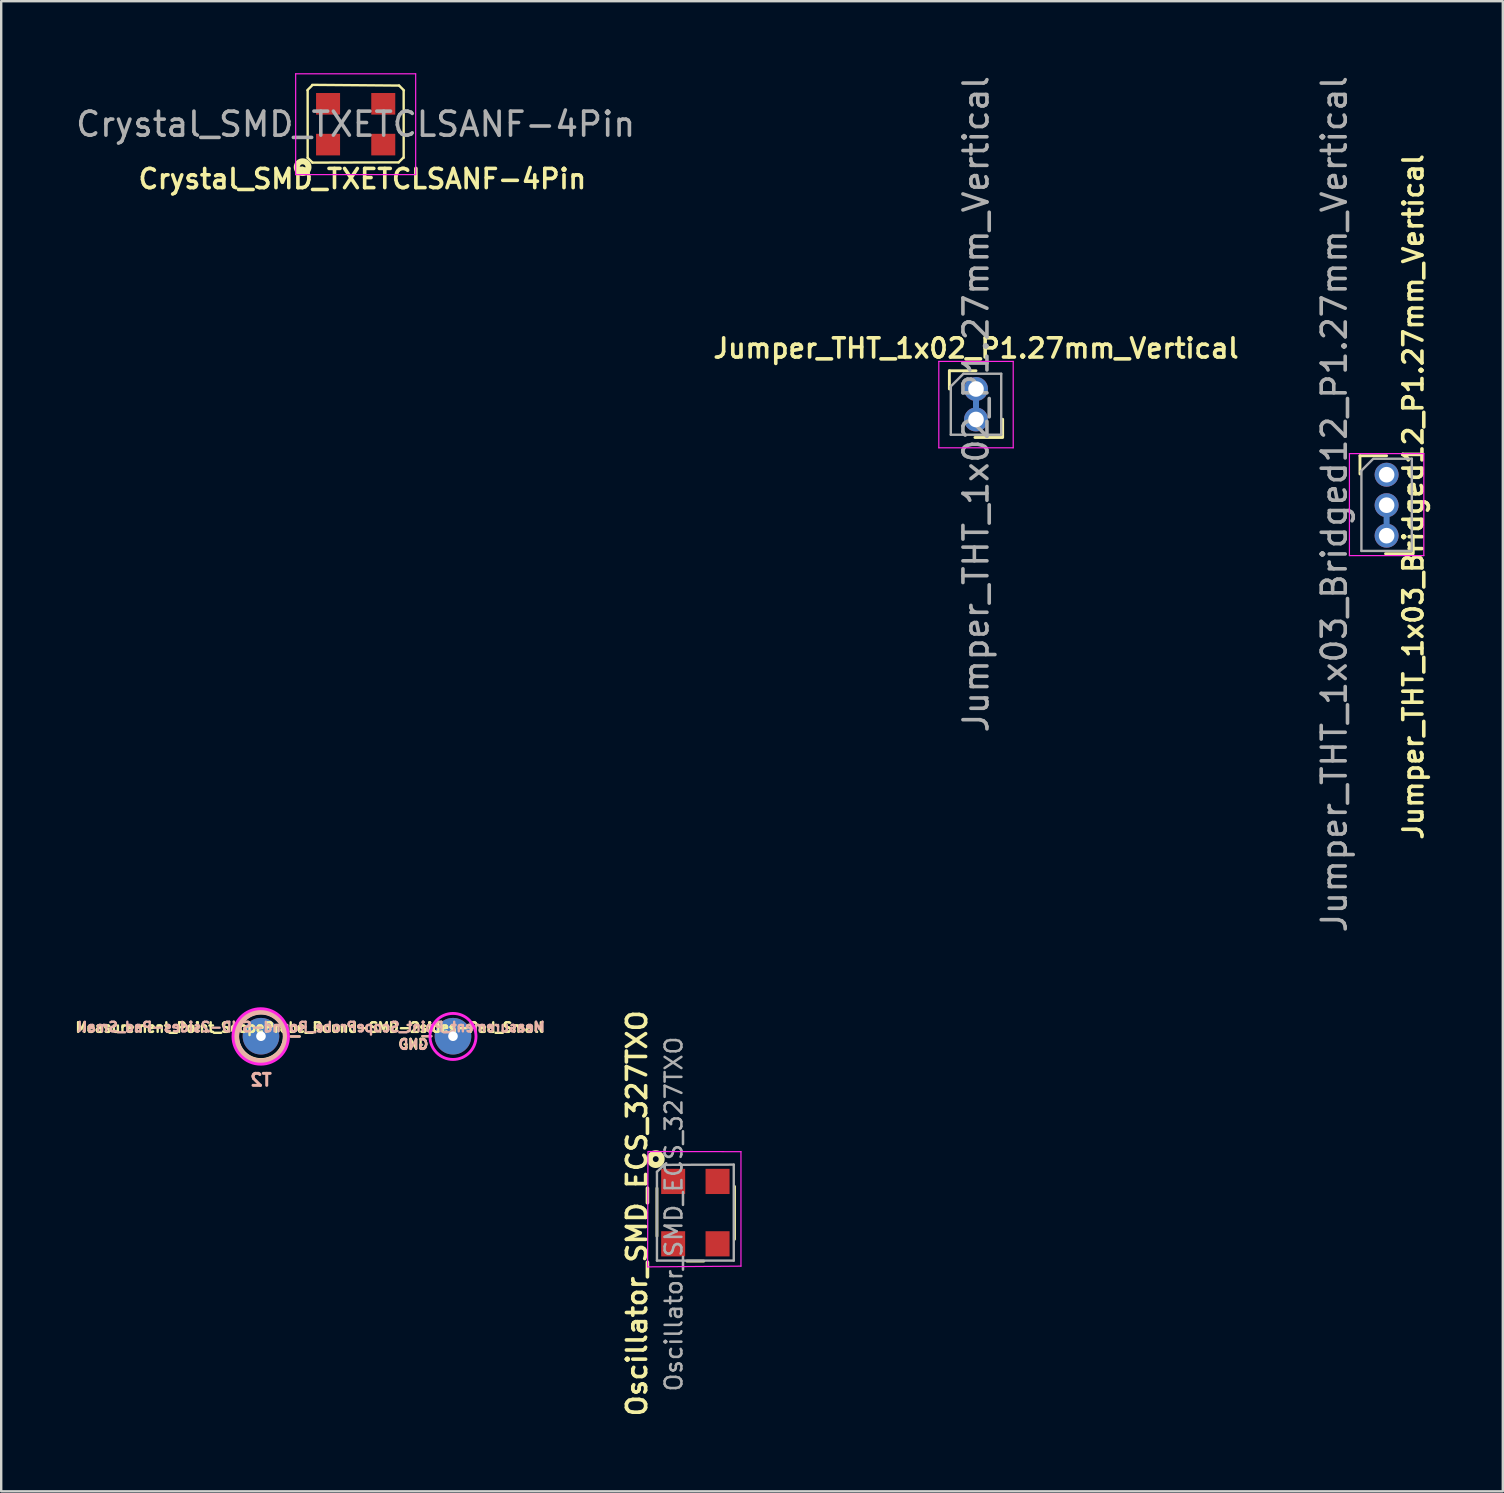
<source format=kicad_pcb>
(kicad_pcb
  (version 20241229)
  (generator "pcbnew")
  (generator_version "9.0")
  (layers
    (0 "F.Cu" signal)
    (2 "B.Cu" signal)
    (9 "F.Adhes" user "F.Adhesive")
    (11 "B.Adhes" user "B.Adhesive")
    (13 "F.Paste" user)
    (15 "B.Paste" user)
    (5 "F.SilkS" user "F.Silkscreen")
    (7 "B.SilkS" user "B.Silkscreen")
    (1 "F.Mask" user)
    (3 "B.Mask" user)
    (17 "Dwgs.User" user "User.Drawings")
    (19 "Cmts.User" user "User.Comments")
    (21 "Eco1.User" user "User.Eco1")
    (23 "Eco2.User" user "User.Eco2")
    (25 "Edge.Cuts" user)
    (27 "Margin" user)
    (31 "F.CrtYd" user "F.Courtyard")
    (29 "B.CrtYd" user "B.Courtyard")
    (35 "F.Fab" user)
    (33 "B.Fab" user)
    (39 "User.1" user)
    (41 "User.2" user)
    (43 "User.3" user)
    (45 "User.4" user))
  (footprint "Measurement_Point_ScopeProbe_Round-SMD-2sides-Pad_Small"
    (layer "F.Cu")
    (at 7.823 40.122)
    (property "Reference" "Measurement_Point_ScopeProbe_Round-SMD-2sides-Pad_Small" (at 2.029 -0.361 180) (layer "F.SilkS") (effects (font (size 0.4 0.4) (thickness 0.1))))
    (property "Value" "T2" (at -0.02 1.8 180) (layer "F.SilkS") (hide yes) (effects (font (size 0.5 0.5) (thickness 0.125))))
    (attr through_hole)
    (fp_line (start 1.246 0.01) (end 1.614 0.01) (stroke (width 0.1) (type solid)) (layer "F.SilkS"))
    (fp_line (start 6.726 0) (end 7.094 0) (stroke (width 0.1) (type solid)) (layer "F.SilkS"))
    (fp_circle (center 0 0) (end 0.14 -1.029) (stroke (width 0.25) (type solid)) (fill no) (layer "F.SilkS"))
    (fp_line (start 1.236 0.01) (end 1.604 0.01) (stroke (width 0.1) (type solid)) (layer "B.SilkS"))
    (fp_line (start 6.726 0) (end 7.094 0) (stroke (width 0.1) (type solid)) (layer "B.SilkS"))
    (fp_circle (center 0 0.013) (end 0.14 -1.016) (stroke (width 0.25) (type solid)) (fill no) (layer "B.SilkS"))
    (fp_circle (center -0.01 0.01) (end 1.13 -0.18) (stroke (width 0.12) (type solid)) (fill no) (layer "F.CrtYd"))
    (fp_circle (center 8 0.01) (end 8.74 -0.6) (stroke (width 0.12) (type solid)) (fill no) (layer "F.CrtYd"))
    (fp_text user "GND" (at 6.345 0.33 180) (layer "F.SilkS") (effects (font (size 0.4 0.4) (thickness 0.1))))
    (fp_text user "GND" (at 6.352 0.348 180) (layer "B.SilkS") (effects (font (size 0.4 0.4) (thickness 0.1)) (justify mirror)))
    (fp_text user "${REFERENCE}" (at 2.079 -0.382 180) (layer "B.SilkS") (effects (font (size 0.4 0.4) (thickness 0.1)) (justify mirror)))
    (fp_text user "${VALUE}" (at 0.002 1.822 180) (layer "B.SilkS") (effects (font (size 0.5 0.5) (thickness 0.125)) (justify mirror)))
    (pad "1" thru_hole circle (at 0 0) (size 0.8 0.8) (drill 0.4) (layers "*.Cu" "*.Mask"))
    (pad "1" smd circle (at 0 0) (size 1.524 1.524) (layers "F.Cu" "F.Mask"))
    (pad "1" smd circle (at 0 0) (size 1.524 1.524) (layers "B.Cu" "B.Mask"))
    (pad "2" thru_hole circle (at 8 0) (size 0.8 0.8) (drill 0.4) (layers "*.Cu" "*.Mask"))
    (pad "2" smd circle (at 8 0) (size 1.524 1.524) (layers "F.Cu" "F.Mask"))
    (pad "2" smd circle (at 8 0) (size 1.524 1.524) (layers "B.Cu" "B.Mask")))
  (footprint "Jumper_THT_1x02_P1.27mm_Vertical"
    (layer "F.Cu")
    (at 37.614 13.157)
    (property "Reference" "Jumper_THT_1x02_P1.27mm_Vertical" (at 0 -1.695 180) (layer "F.SilkS") (effects (font (size 0.8 0.8) (thickness 0.15))))
    (attr through_hole allow_soldermask_bridges)
    (fp_line (start -1.11 -0.76) (end 0 -0.76) (stroke (width 0.12) (type solid)) (layer "F.SilkS"))
    (fp_line (start -1.11 0) (end -1.11 -0.76) (stroke (width 0.12) (type solid)) (layer "F.SilkS"))
    (fp_line (start -0.045 2.02) (end 1.065 2.02) (stroke (width 0.12) (type solid)) (layer "F.SilkS"))
    (fp_line (start 1.11 2.02) (end 1.11 1.26) (stroke (width 0.12) (type solid)) (layer "F.SilkS"))
    (fp_line (start -1.55 -1.15) (end -1.55 2.45) (stroke (width 0.05) (type solid)) (layer "F.CrtYd"))
    (fp_line (start -1.55 2.45) (end 1.55 2.45) (stroke (width 0.05) (type solid)) (layer "F.CrtYd"))
    (fp_line (start 1.55 -1.15) (end -1.55 -1.15) (stroke (width 0.05) (type solid)) (layer "F.CrtYd"))
    (fp_line (start 1.55 2.45) (end 1.55 -1.15) (stroke (width 0.05) (type solid)) (layer "F.CrtYd"))
    (fp_line (start -1.05 -0.11) (end -0.525 -0.635) (stroke (width 0.1) (type solid)) (layer "F.Fab"))
    (fp_line (start -1.05 1.905) (end -1.05 -0.11) (stroke (width 0.1) (type solid)) (layer "F.Fab"))
    (fp_line (start -0.525 -0.635) (end 1.05 -0.635) (stroke (width 0.1) (type solid)) (layer "F.Fab"))
    (fp_line (start 1.05 -0.635) (end 1.05 1.905) (stroke (width 0.1) (type solid)) (layer "F.Fab"))
    (fp_line (start 1.05 1.905) (end -1.05 1.905) (stroke (width 0.1) (type solid)) (layer "F.Fab"))
    (fp_text user "${REFERENCE}" (at 0 0.635 90) (layer "F.Fab") (effects (font (size 1 1) (thickness 0.15))))
    (pad "1" smd rect (at 0 0.62) (size 0.25 0.466) (layers "B.Cu" "B.Mask"))
    (pad "1" thru_hole oval (at 0 1.27) (size 1 1) (drill 0.65) (layers "*.Cu" "*.Mask"))
    (pad "2" thru_hole circle (at 0 0) (size 1 1) (drill 0.65) (layers "*.Cu" "*.Mask"))
    (zone (net_name "") (layers "F.Cu" "B.Cu") (hatch edge 0.5) (connect_pads) (min_thickness 0.25) (filled_areas_thickness no) (keepout (tracks allowed) (vias allowed) (pads allowed) (copperpour not_allowed) (footprints allowed)) (placement (enabled no)) (fill) (polygon (pts (arc (start 36.886281 14.439549) (mid 38.378929 14.439549) (end 36.886281 14.439549)))))
    (zone (net_name "") (layers "F.Cu" "B.Cu") (hatch edge 0.5) (connect_pads) (min_thickness 0.25) (filled_areas_thickness no) (keepout (tracks allowed) (vias allowed) (pads allowed) (copperpour not_allowed) (footprints allowed)) (placement (enabled no)) (fill) (polygon (pts (arc (start 36.869476 13.154004) (mid 38.362124 13.154004) (end 36.869476 13.154004)))))
    (zone (net_name "") (layers "F.Cu" "B.Cu") (hatch edge 0.5) (connect_pads) (min_thickness 0.25) (filled_areas_thickness no) (keepout (tracks allowed) (vias allowed) (pads allowed) (copperpour not_allowed) (footprints allowed)) (placement (enabled no)) (fill) (polygon (pts (arc (start 36.874867 14.449879) (mid 38.367515 14.449879) (end 36.874867 14.449879))))))
  (footprint "Jumper_THT_1x03_Bridged12_P1.27mm_Vertical"
    (layer "F.Cu")
    (at 54.721 17.998)
    (property "Reference" "Jumper_THT_1x03_Bridged12_P1.27mm_Vertical" (at 1.11 -0.345 90) (layer "F.SilkS") (effects (font (size 0.8 0.8) (thickness 0.15))))
    (attr through_hole)
    (fp_line (start -1.11 -2.06) (end 0 -2.06) (stroke (width 0.12) (type solid)) (layer "F.SilkS"))
    (fp_line (start -1.11 -1.3) (end -1.11 -2.06) (stroke (width 0.12) (type solid)) (layer "F.SilkS"))
    (fp_line (start -0.045 2.02) (end 1.065 2.02) (stroke (width 0.12) (type solid)) (layer "F.SilkS"))
    (fp_line (start 1.11 2.02) (end 1.11 1.26) (stroke (width 0.12) (type solid)) (layer "F.SilkS"))
    (fp_line (start -1.55 -2.15) (end -1.55 2.1) (stroke (width 0.05) (type solid)) (layer "F.CrtYd"))
    (fp_line (start -1.55 2.1) (end 1.55 2.1) (stroke (width 0.05) (type solid)) (layer "F.CrtYd"))
    (fp_line (start 1.55 -2.15) (end -1.55 -2.15) (stroke (width 0.05) (type solid)) (layer "F.CrtYd"))
    (fp_line (start 1.55 2.1) (end 1.55 -2.15) (stroke (width 0.05) (type solid)) (layer "F.CrtYd"))
    (fp_line (start -1.083 -1.407) (end -0.557 -1.933) (stroke (width 0.1) (type solid)) (layer "F.Fab"))
    (fp_line (start -1.05 1.905) (end -1.05 -1.41) (stroke (width 0.1) (type solid)) (layer "F.Fab"))
    (fp_line (start -0.525 -1.935) (end 1.05 -1.935) (stroke (width 0.1) (type solid)) (layer "F.Fab"))
    (fp_line (start 1.05 -1.935) (end 1.05 1.905) (stroke (width 0.1) (type solid)) (layer "F.Fab"))
    (fp_line (start 1.05 1.905) (end -1.05 1.905) (stroke (width 0.1) (type solid)) (layer "F.Fab"))
    (fp_text user "${REFERENCE}" (at -2.18 -0.04 90) (layer "F.Fab") (effects (font (size 1 1) (thickness 0.15))))
    (pad "1" smd rect (at 0 0.62) (size 0.25 0.45) (layers "B.Cu" "B.Mask"))
    (pad "1" thru_hole circle (at 0 1.27) (size 1 1) (drill 0.65) (layers "*.Cu" "*.Mask"))
    (pad "2" thru_hole circle (at 0 0) (size 1 1) (drill 0.65) (layers "*.Cu" "*.Mask"))
    (pad "3" thru_hole circle (at 0 -1.27) (size 1 1) (drill 0.65) (layers "*.Cu" "*.Mask"))
    (zone (net_name "") (layers "F.Cu" "B.Cu") (hatch edge 0.5) (connect_pads) (min_thickness 0.25) (filled_areas_thickness no) (keepout (tracks allowed) (vias allowed) (pads allowed) (copperpour not_allowed) (footprints allowed)) (placement (enabled no)) (fill) (polygon (pts (arc (start 53.870578 17.998335) (mid 55.570696 17.998335) (end 53.870578 17.998335)))))
    (zone (net_name "") (layers "F.Cu" "B.Cu") (hatch edge 0.5) (connect_pads) (min_thickness 0.25) (filled_areas_thickness no) (keepout (tracks allowed) (vias allowed) (pads allowed) (copperpour not_allowed) (footprints allowed)) (placement (enabled no)) (fill) (polygon (pts (arc (start 53.870578 19.268335) (mid 55.570696 19.268335) (end 53.870578 19.268335))))))
  (footprint "Crystal_SMD_TXETCLSANF-4Pin"
    (layer "F.Cu")
    (at 11.768 2.125)
    (property "Reference" "Crystal_SMD_TXETCLSANF-4Pin" (at 0.28 2.28 180) (layer "F.SilkS") (effects (font (size 0.8 0.8) (thickness 0.15))))
    (attr smd)
    (fp_line (start -2.01 -1.42) (end -1.81 -1.62) (stroke (width 0.1) (type solid)) (layer "F.SilkS"))
    (fp_line (start -2 1.4) (end -2 -1.4) (stroke (width 0.1) (type solid)) (layer "F.SilkS"))
    (fp_line (start -1.81 -1.64) (end 1.81 -1.61) (stroke (width 0.1) (type solid)) (layer "F.SilkS"))
    (fp_line (start -1.8 1.6) (end -2 1.4) (stroke (width 0.1) (type solid)) (layer "F.SilkS"))
    (fp_line (start 1.79 1.59) (end -1.8 1.6) (stroke (width 0.1) (type solid)) (layer "F.SilkS"))
    (fp_line (start 1.81 -1.61) (end 2.01 -1.41) (stroke (width 0.1) (type solid)) (layer "F.SilkS"))
    (fp_line (start 1.99 1.39) (end 1.79 1.59) (stroke (width 0.1) (type solid)) (layer "F.SilkS"))
    (fp_line (start 2 -1.4) (end 2 1.4) (stroke (width 0.1) (type solid)) (layer "F.SilkS"))
    (fp_circle (center -2.21 1.79) (end -2.21 1.67) (stroke (width 0.25) (type solid)) (fill no) (layer "F.SilkS"))
    (fp_line (start -2.5 -2.1) (end -2.5 2.1) (stroke (width 0.05) (type solid)) (layer "F.CrtYd"))
    (fp_line (start -2.5 2.1) (end 2.5 2.1) (stroke (width 0.05) (type solid)) (layer "F.CrtYd"))
    (fp_line (start 2.5 -2.1) (end -2.5 -2.1) (stroke (width 0.05) (type solid)) (layer "F.CrtYd"))
    (fp_line (start 2.5 2.1) (end 2.5 -2.1) (stroke (width 0.05) (type solid)) (layer "F.CrtYd"))
    (fp_text user "${REFERENCE}" (at 0 0 180) (layer "F.Fab") (effects (font (size 1 1) (thickness 0.15))))
    (pad "1" smd rect (at -1.15 0.85) (size 1 0.9) (layers "F.Cu" "F.Mask" "F.Paste"))
    (pad "2" smd rect (at 1.15 0.85) (size 1 0.9) (layers "F.Cu" "F.Mask" "F.Paste"))
    (pad "3" smd rect (at 1.15 -0.85) (size 1 0.9) (layers "F.Cu" "F.Mask" "F.Paste"))
    (pad "4" smd rect (at -1.15 -0.85) (size 1 0.9) (layers "F.Cu" "F.Mask" "F.Paste")))
  (footprint "Oscillator_SMD_ECS_327TXO"
    (layer "F.Cu")
    (at 25.921 47.472)
    (property "Reference" "Oscillator_SMD_ECS_327TXO" (at -2.435 0.028 90) (layer "F.SilkS") (effects (font (size 0.8 0.8) (thickness 0.15))))
    (attr smd)
    (fp_line (start -1.6 0.98) (end -1.6 -1.02) (stroke (width 0.12) (type solid)) (layer "F.SilkS"))
    (fp_line (start 0.35 2.02) (end -0.35 2.02) (stroke (width 0.12) (type solid)) (layer "F.SilkS"))
    (fp_line (start 1.63 -1.09) (end 1.63 1.11) (stroke (width 0.12) (type solid)) (layer "F.SilkS"))
    (fp_circle (center -1.65 -2.23) (end -1.72 -2.33) (stroke (width 0.25) (type solid)) (fill no) (layer "F.SilkS"))
    (fp_line (start -1.99 2.26) (end -1.975 -2.545) (stroke (width 0.05) (type solid)) (layer "F.CrtYd"))
    (fp_line (start -1.96 -2.545) (end 1.9 -2.54) (stroke (width 0.05) (type solid)) (layer "F.CrtYd"))
    (fp_line (start 1.9 -2.54) (end 1.9 2.23) (stroke (width 0.05) (type solid)) (layer "F.CrtYd"))
    (fp_line (start 1.9 2.23) (end -1.99 2.26) (stroke (width 0.05) (type solid)) (layer "F.CrtYd"))
    (fp_line (start -1.6 -1.7) (end -1.3 -1.99) (stroke (width 0.1) (type solid)) (layer "F.Fab"))
    (fp_line (start -1.6 2) (end -1.6 -1.7) (stroke (width 0.1) (type solid)) (layer "F.Fab"))
    (fp_line (start -1.3 -1.99) (end 1.6 -2) (stroke (width 0.1) (type solid)) (layer "F.Fab"))
    (fp_line (start 1.6 -2) (end 1.6 2) (stroke (width 0.1) (type solid)) (layer "F.Fab"))
    (fp_line (start 1.6 2) (end -1.6 2) (stroke (width 0.1) (type solid)) (layer "F.Fab"))
    (fp_text user "${REFERENCE}" (at -0.9 0.06 90) (layer "F.Fab") (effects (font (size 0.7 0.7) (thickness 0.105))))
    (pad "1" smd rect (at -0.925 -1.3 270) (size 1.05 1) (layers "F.Cu" "F.Mask" "F.Paste"))
    (pad "2" smd rect (at -0.925 1.3 270) (size 1.05 1) (layers "F.Cu" "F.Mask" "F.Paste"))
    (pad "3" smd rect (at 0.925 1.3 270) (size 1.05 1) (layers "F.Cu" "F.Mask" "F.Paste"))
    (pad "4" smd rect (at 0.925 -1.3 270) (size 1.05 1) (layers "F.Cu" "F.Mask" "F.Paste")))
  (gr_rect
    (start -3 -3)
    (end 59.562 59.083)
    (stroke (width 0.1) (type default))
    (fill no)
    (layer "Edge.Cuts")))
</source>
